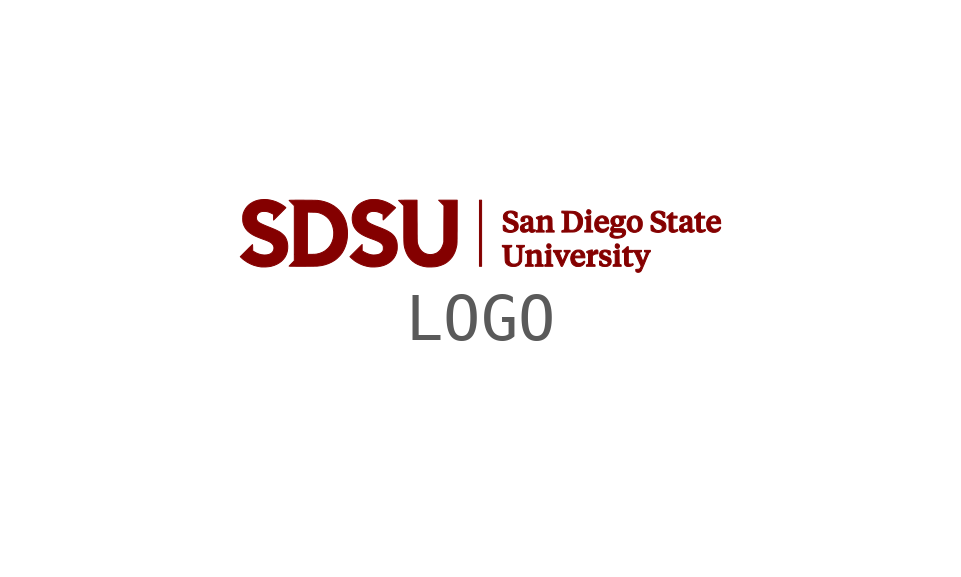
<source format=kicad_sym>
(kicad_symbol_lib
  (version 20220914)
  (generator bitmap2component)
  (symbol "LOGO"
    (pin_names
      (offset 1.016))
    (property "Reference" "#G"
      (at 0 0.125 0)
      (effects (font (size 1.27 1.27)) hide))
    (symbol "LOGO_0_0"
      (polyline (pts (xy 3.303 -0.756) (xy 3.324 -0.748) (xy 3.34 -0.734) (xy 3.341 -0.734) (xy 3.345 -0.728) (xy 3.349 -0.721) (xy 3.355 -0.71) (xy 3.361 -0.697) (xy 3.369 -0.68) (xy 3.378 -0.659) (xy 3.389 -0.633) (xy 3.403 -0.601) (xy 3.419 -0.563) (xy 3.437 -0.518) (xy 3.447 -0.494) (xy 3.461 -0.461) (xy 3.473 -0.431) (xy 3.485 -0.404) (xy 3.495 -0.381) (xy 3.503 -0.363) (xy 3.509 -0.351) (xy 3.512 -0.345) (xy 3.519 -0.339) (xy 3.529 -0.334) (xy 3.535 -0.332) (xy 3.538 -0.327) (xy 3.539 -0.316) (xy 3.539 -0.3) (xy 3.477 -0.3) (xy 3.415 -0.3) (xy 3.415 -0.316) (xy 3.415 -0.324) (xy 3.417 -0.33) (xy 3.422 -0.332) (xy 3.431 -0.333) (xy 3.442 -0.336) (xy 3.444 -0.337) (xy 3.453 -0.342) (xy 3.455 -0.35) (xy 3.454 -0.355) (xy 3.45 -0.366) (xy 3.445 -0.383) (xy 3.438 -0.403) (xy 3.429 -0.425) (xy 3.421 -0.448) (xy 3.412 -0.47) (xy 3.404 -0.491) (xy 3.397 -0.509) (xy 3.391 -0.523) (xy 3.388 -0.53) (xy 3.387 -0.531) (xy 3.384 -0.527) (xy 3.378 -0.518) (xy 3.37 -0.501) (xy 3.36 -0.478) (xy 3.348 -0.447) (xy 3.341 -0.429) (xy 3.331 -0.406) (xy 3.323 -0.385) (xy 3.317 -0.368) (xy 3.312 -0.356) (xy 3.311 -0.351) (xy 3.313 -0.345) (xy 3.321 -0.338) (xy 3.337 -0.333) (xy 3.339 -0.332) (xy 3.349 -0.33) (xy 3.353 -0.325) (xy 3.354 -0.315) (xy 3.355 -0.3) (xy 3.271 -0.3) (xy 3.187 -0.3) (xy 3.187 -0.315) (xy 3.187 -0.316) (xy 3.188 -0.326) (xy 3.192 -0.331) (xy 3.202 -0.336) (xy 3.205 -0.338) (xy 3.209 -0.34) (xy 3.212 -0.343) (xy 3.216 -0.347) (xy 3.22 -0.355) (xy 3.226 -0.365) (xy 3.233 -0.379) (xy 3.242 -0.398) (xy 3.252 -0.421) (xy 3.266 -0.451) (xy 3.282 -0.488) (xy 3.347 -0.632) (xy 3.336 -0.655) (xy 3.328 -0.67) (xy 3.318 -0.681) (xy 3.307 -0.689) (xy 3.291 -0.693) (xy 3.269 -0.695) (xy 3.235 -0.697) (xy 3.235 -0.714) (xy 3.236 -0.727) (xy 3.238 -0.738) (xy 3.245 -0.746) (xy 3.257 -0.752) (xy 3.26 -0.754) (xy 3.281 -0.758) (xy 3.303 -0.756)) (stroke (width 0.01) (type default)) (fill (type outline)))
      (polyline (pts (xy -4.494 -0.646) (xy -4.461 -0.645) (xy -4.429 -0.642) (xy -4.4 -0.639) (xy -4.377 -0.636) (xy -4.355 -0.631) (xy -4.294 -0.613) (xy -4.238 -0.589) (xy -4.188 -0.56) (xy -4.143 -0.527) (xy -4.105 -0.488) (xy -4.072 -0.446) (xy -4.047 -0.399) (xy -4.031 -0.358) (xy -4.019 -0.31) (xy -4.013 -0.26) (xy -4.012 -0.21) (xy -4.016 -0.161) (xy -4.026 -0.113) (xy -4.041 -0.069) (xy -4.061 -0.03) (xy -4.065 -0.023) (xy -4.085 0.003) (xy -4.111 0.029) (xy -4.139 0.054) (xy -4.169 0.076) (xy -4.181 0.084) (xy -4.201 0.095) (xy -4.224 0.107) (xy -4.25 0.12) (xy -4.28 0.134) (xy -4.316 0.149) (xy -4.357 0.166) (xy -4.405 0.185) (xy -4.439 0.199) (xy -4.483 0.217) (xy -4.519 0.233) (xy -4.55 0.247) (xy -4.576 0.26) (xy -4.597 0.271) (xy -4.614 0.283) (xy -4.628 0.294) (xy -4.639 0.305) (xy -4.647 0.316) (xy -4.652 0.323) (xy -4.662 0.349) (xy -4.666 0.377) (xy -4.663 0.404) (xy -4.654 0.431) (xy -4.639 0.456) (xy -4.619 0.477) (xy -4.593 0.493) (xy -4.59 0.495) (xy -4.567 0.504) (xy -4.544 0.509) (xy -4.518 0.511) (xy -4.487 0.511) (xy -4.461 0.509) (xy -4.434 0.504) (xy -4.408 0.497) (xy -4.38 0.486) (xy -4.348 0.471) (xy -4.307 0.451) (xy -4.307 0.391) (xy -4.307 0.33) (xy -4.179 0.458) (xy -4.157 0.479) (xy -4.133 0.504) (xy -4.11 0.527) (xy -4.09 0.547) (xy -4.074 0.564) (xy -4.061 0.577) (xy -4.053 0.585) (xy -4.051 0.588) (xy -4.054 0.592) (xy -4.062 0.599) (xy -4.074 0.609) (xy -4.089 0.62) (xy -4.106 0.631) (xy -4.122 0.642) (xy -4.137 0.652) (xy -4.186 0.679) (xy -4.249 0.709) (xy -4.313 0.731) (xy -4.378 0.747) (xy -4.442 0.757) (xy -4.505 0.759) (xy -4.567 0.755) (xy -4.627 0.745) (xy -4.684 0.728) (xy -4.738 0.704) (xy -4.788 0.673) (xy -4.815 0.653) (xy -4.855 0.615) (xy -4.888 0.572) (xy -4.916 0.524) (xy -4.937 0.472) (xy -4.938 0.466) (xy -4.942 0.452) (xy -4.945 0.438) (xy -4.947 0.422) (xy -4.949 0.403) (xy -4.949 0.378) (xy -4.95 0.365) (xy -4.949 0.325) (xy -4.946 0.291) (xy -4.939 0.26) (xy -4.929 0.229) (xy -4.915 0.198) (xy -4.898 0.167) (xy -4.874 0.133) (xy -4.845 0.101) (xy -4.81 0.071) (xy -4.769 0.042) (xy -4.758 0.035) (xy -4.735 0.021) (xy -4.71 0.008) (xy -4.682 -0.006) (xy -4.651 -0.019) (xy -4.615 -0.034) (xy -4.574 -0.05) (xy -4.526 -0.068) (xy -4.495 -0.079) (xy -4.462 -0.091) (xy -4.435 -0.102) (xy -4.413 -0.112) (xy -4.394 -0.121) (xy -4.378 -0.13) (xy -4.363 -0.14) (xy -4.352 -0.148) (xy -4.328 -0.172) (xy -4.311 -0.198) (xy -4.301 -0.227) (xy -4.299 -0.258) (xy -4.304 -0.29) (xy -4.31 -0.305) (xy -4.326 -0.333) (xy -4.348 -0.356) (xy -4.375 -0.374) (xy -4.409 -0.387) (xy -4.449 -0.395) (xy -4.495 -0.397) (xy -4.507 -0.397) (xy -4.56 -0.391) (xy -4.613 -0.377) (xy -4.665 -0.356) (xy -4.718 -0.327) (xy -4.742 -0.311) (xy -4.742 -0.246) (xy -4.743 -0.23) (xy -4.743 -0.21) (xy -4.744 -0.194) (xy -4.745 -0.184) (xy -4.746 -0.18) (xy -4.747 -0.181) (xy -4.755 -0.188) (xy -4.766 -0.199) (xy -4.782 -0.215) (xy -4.802 -0.234) (xy -4.824 -0.255) (xy -4.848 -0.28) (xy -4.874 -0.306) (xy -5 -0.432) (xy -4.99 -0.442) (xy -4.986 -0.446) (xy -4.976 -0.455) (xy -4.963 -0.467) (xy -4.949 -0.48) (xy -4.919 -0.503) (xy -4.857 -0.546) (xy -4.791 -0.581) (xy -4.722 -0.61) (xy -4.65 -0.63) (xy -4.576 -0.644) (xy -4.555 -0.646) (xy -4.526 -0.646) (xy -4.494 -0.646)) (stroke (width 0.01) (type default)) (fill (type outline)))
      (polyline (pts (xy -2.203 -0.646) (xy -2.203 -0.646) (xy -2.136 -0.641) (xy -2.074 -0.63) (xy -2.015 -0.614) (xy -1.961 -0.592) (xy -1.912 -0.564) (xy -1.868 -0.532) (xy -1.829 -0.494) (xy -1.797 -0.453) (xy -1.77 -0.406) (xy -1.75 -0.356) (xy -1.737 -0.302) (xy -1.736 -0.298) (xy -1.733 -0.27) (xy -1.732 -0.238) (xy -1.732 -0.203) (xy -1.734 -0.17) (xy -1.738 -0.14) (xy -1.743 -0.115) (xy -1.758 -0.071) (xy -1.78 -0.029) (xy -1.808 0.009) (xy -1.841 0.041) (xy -1.849 0.048) (xy -1.868 0.062) (xy -1.887 0.075) (xy -1.908 0.088) (xy -1.931 0.101) (xy -1.957 0.115) (xy -1.987 0.129) (xy -2.022 0.144) (xy -2.062 0.161) (xy -2.108 0.179) (xy -2.161 0.2) (xy -2.193 0.212) (xy -2.238 0.232) (xy -2.276 0.249) (xy -2.308 0.267) (xy -2.333 0.284) (xy -2.353 0.301) (xy -2.367 0.318) (xy -2.377 0.336) (xy -2.382 0.355) (xy -2.384 0.376) (xy -2.383 0.392) (xy -2.376 0.423) (xy -2.363 0.45) (xy -2.342 0.473) (xy -2.315 0.491) (xy -2.283 0.504) (xy -2.275 0.506) (xy -2.262 0.51) (xy -2.248 0.511) (xy -2.232 0.511) (xy -2.21 0.511) (xy -2.203 0.51) (xy -2.168 0.507) (xy -2.135 0.499) (xy -2.1 0.487) (xy -2.062 0.469) (xy -2.027 0.452) (xy -2.027 0.392) (xy -2.027 0.381) (xy -2.027 0.362) (xy -2.026 0.346) (xy -2.025 0.336) (xy -2.024 0.332) (xy -2.022 0.334) (xy -2.015 0.341) (xy -2.003 0.352) (xy -1.986 0.368) (xy -1.967 0.387) (xy -1.945 0.409) (xy -1.92 0.433) (xy -1.894 0.46) (xy -1.766 0.587) (xy -1.776 0.596) (xy -1.777 0.597) (xy -1.786 0.603) (xy -1.799 0.613) (xy -1.815 0.624) (xy -1.833 0.636) (xy -1.89 0.671) (xy -1.957 0.704) (xy -2.027 0.73) (xy -2.1 0.748) (xy -2.105 0.749) (xy -2.124 0.753) (xy -2.143 0.755) (xy -2.163 0.756) (xy -2.188 0.757) (xy -2.217 0.757) (xy -2.227 0.757) (xy -2.255 0.757) (xy -2.28 0.756) (xy -2.3 0.754) (xy -2.315 0.752) (xy -2.322 0.751) (xy -2.383 0.734) (xy -2.439 0.712) (xy -2.49 0.685) (xy -2.535 0.652) (xy -2.575 0.614) (xy -2.608 0.571) (xy -2.635 0.524) (xy -2.65 0.487) (xy -2.664 0.436) (xy -2.67 0.383) (xy -2.669 0.329) (xy -2.661 0.276) (xy -2.646 0.224) (xy -2.639 0.208) (xy -2.617 0.167) (xy -2.587 0.127) (xy -2.551 0.09) (xy -2.507 0.055) (xy -2.456 0.023) (xy -2.397 -0.007) (xy -2.331 -0.035) (xy -2.328 -0.036) (xy -2.308 -0.044) (xy -2.282 -0.054) (xy -2.256 -0.063) (xy -2.231 -0.072) (xy -2.197 -0.085) (xy -2.153 -0.103) (xy -2.117 -0.12) (xy -2.087 -0.138) (xy -2.063 -0.156) (xy -2.045 -0.174) (xy -2.032 -0.194) (xy -2.029 -0.201) (xy -2.025 -0.21) (xy -2.023 -0.221) (xy -2.022 -0.235) (xy -2.021 -0.254) (xy -2.022 -0.268) (xy -2.022 -0.283) (xy -2.024 -0.294) (xy -2.027 -0.304) (xy -2.032 -0.314) (xy -2.043 -0.332) (xy -2.066 -0.355) (xy -2.094 -0.374) (xy -2.129 -0.387) (xy -2.169 -0.394) (xy -2.215 -0.397) (xy -2.231 -0.397) (xy -2.255 -0.395) (xy -2.277 -0.392) (xy -2.3 -0.386) (xy -2.309 -0.384) (xy -2.342 -0.373) (xy -2.377 -0.358) (xy -2.411 -0.342) (xy -2.44 -0.325) (xy -2.463 -0.31) (xy -2.463 -0.244) (xy -2.463 -0.178) (xy -2.59 -0.305) (xy -2.717 -0.432) (xy -2.685 -0.463) (xy -2.676 -0.471) (xy -2.623 -0.515) (xy -2.564 -0.553) (xy -2.501 -0.585) (xy -2.435 -0.612) (xy -2.366 -0.631) (xy -2.295 -0.644) (xy -2.291 -0.644) (xy -2.274 -0.645) (xy -2.252 -0.646) (xy -2.228 -0.646) (xy -2.203 -0.646)) (stroke (width 0.01) (type default)) (fill (type outline)))
      (polyline (pts (xy -1.034 -0.646) (xy -1.002 -0.645) (xy -0.971 -0.643) (xy -0.943 -0.641) (xy -0.922 -0.638) (xy -0.888 -0.631) (xy -0.828 -0.614) (xy -0.773 -0.592) (xy -0.756 -0.584) (xy -0.726 -0.567) (xy -0.699 -0.549) (xy -0.673 -0.528) (xy -0.644 -0.502) (xy -0.623 -0.48) (xy -0.587 -0.436) (xy -0.557 -0.387) (xy -0.531 -0.333) (xy -0.511 -0.273) (xy -0.495 -0.207) (xy -0.495 -0.205) (xy -0.493 -0.198) (xy -0.492 -0.191) (xy -0.491 -0.184) (xy -0.49 -0.176) (xy -0.489 -0.167) (xy -0.489 -0.155) (xy -0.488 -0.142) (xy -0.487 -0.126) (xy -0.487 -0.107) (xy -0.487 -0.084) (xy -0.486 -0.057) (xy -0.486 -0.025) (xy -0.486 0.012) (xy -0.486 0.055) (xy -0.485 0.104) (xy -0.485 0.159) (xy -0.485 0.221) (xy -0.485 0.291) (xy -0.484 0.744) (xy -0.677 0.744) (xy -0.87 0.744) (xy -0.815 0.689) (xy -0.759 0.633) (xy -0.761 0.254) (xy -0.762 -0.126) (xy -0.771 -0.16) (xy -0.774 -0.17) (xy -0.782 -0.192) (xy -0.791 -0.214) (xy -0.8 -0.235) (xy -0.805 -0.244) (xy -0.815 -0.263) (xy -0.825 -0.278) (xy -0.837 -0.293) (xy -0.853 -0.31) (xy -0.858 -0.315) (xy -0.878 -0.333) (xy -0.896 -0.347) (xy -0.915 -0.358) (xy -0.94 -0.369) (xy -0.983 -0.382) (xy -1.027 -0.388) (xy -1.07 -0.387) (xy -1.112 -0.379) (xy -1.152 -0.365) (xy -1.189 -0.345) (xy -1.222 -0.318) (xy -1.224 -0.316) (xy -1.251 -0.284) (xy -1.274 -0.248) (xy -1.293 -0.206) (xy -1.309 -0.158) (xy -1.31 -0.153) (xy -1.311 -0.148) (xy -1.312 -0.143) (xy -1.313 -0.137) (xy -1.314 -0.129) (xy -1.315 -0.119) (xy -1.315 -0.108) (xy -1.316 -0.093) (xy -1.316 -0.075) (xy -1.317 -0.054) (xy -1.317 -0.028) (xy -1.317 0.002) (xy -1.318 0.038) (xy -1.318 0.079) (xy -1.318 0.126) (xy -1.318 0.18) (xy -1.318 0.241) (xy -1.319 0.309) (xy -1.32 0.744) (xy -1.512 0.744) (xy -1.514 0.744) (xy -1.552 0.744) (xy -1.587 0.744) (xy -1.62 0.743) (xy -1.648 0.743) (xy -1.671 0.742) (xy -1.688 0.742) (xy -1.7 0.741) (xy -1.704 0.741) (xy -1.704 0.741) (xy -1.7 0.737) (xy -1.693 0.728) (xy -1.681 0.716) (xy -1.666 0.701) (xy -1.649 0.684) (xy -1.595 0.63) (xy -1.595 0.246) (xy -1.595 0.228) (xy -1.595 0.163) (xy -1.595 0.105) (xy -1.595 0.054) (xy -1.595 0.009) (xy -1.595 -0.03) (xy -1.594 -0.064) (xy -1.594 -0.094) (xy -1.593 -0.119) (xy -1.592 -0.141) (xy -1.591 -0.16) (xy -1.59 -0.176) (xy -1.588 -0.19) (xy -1.586 -0.203) (xy -1.584 -0.216) (xy -1.581 -0.228) (xy -1.579 -0.24) (xy -1.575 -0.253) (xy -1.563 -0.293) (xy -1.545 -0.342) (xy -1.523 -0.388) (xy -1.499 -0.429) (xy -1.495 -0.435) (xy -1.456 -0.483) (xy -1.413 -0.525) (xy -1.364 -0.561) (xy -1.31 -0.591) (xy -1.251 -0.615) (xy -1.189 -0.633) (xy -1.122 -0.644) (xy -1.118 -0.644) (xy -1.094 -0.646) (xy -1.066 -0.646) (xy -1.034 -0.646)) (stroke (width 0.01) (type default)) (fill (type outline)))
      (polyline (pts (xy 0.723 -0.634) (xy 0.745 -0.63) (xy 0.777 -0.619) (xy 0.806 -0.601) (xy 0.829 -0.579) (xy 0.846 -0.551) (xy 0.858 -0.526) (xy 0.86 -0.387) (xy 0.862 -0.247) (xy 0.871 -0.24) (xy 0.88 -0.234) (xy 0.889 -0.232) (xy 0.897 -0.232) (xy 0.909 -0.229) (xy 0.914 -0.223) (xy 0.916 -0.211) (xy 0.916 -0.196) (xy 0.834 -0.196) (xy 0.752 -0.196) (xy 0.752 -0.212) (xy 0.752 -0.217) (xy 0.753 -0.224) (xy 0.758 -0.228) (xy 0.769 -0.23) (xy 0.788 -0.235) (xy 0.802 -0.243) (xy 0.809 -0.253) (xy 0.809 -0.254) (xy 0.81 -0.262) (xy 0.81 -0.277) (xy 0.811 -0.297) (xy 0.811 -0.322) (xy 0.812 -0.35) (xy 0.812 -0.38) (xy 0.812 -0.392) (xy 0.811 -0.429) (xy 0.811 -0.458) (xy 0.81 -0.482) (xy 0.808 -0.501) (xy 0.806 -0.516) (xy 0.803 -0.528) (xy 0.799 -0.538) (xy 0.793 -0.546) (xy 0.787 -0.554) (xy 0.781 -0.561) (xy 0.762 -0.575) (xy 0.74 -0.583) (xy 0.712 -0.587) (xy 0.692 -0.587) (xy 0.665 -0.584) (xy 0.642 -0.575) (xy 0.624 -0.56) (xy 0.61 -0.54) (xy 0.598 -0.518) (xy 0.597 -0.385) (xy 0.595 -0.252) (xy 0.605 -0.242) (xy 0.606 -0.241) (xy 0.616 -0.235) (xy 0.625 -0.232) (xy 0.634 -0.232) (xy 0.645 -0.229) (xy 0.65 -0.222) (xy 0.652 -0.211) (xy 0.652 -0.196) (xy 0.554 -0.196) (xy 0.456 -0.196) (xy 0.456 -0.211) (xy 0.456 -0.218) (xy 0.46 -0.226) (xy 0.468 -0.231) (xy 0.482 -0.232) (xy 0.491 -0.234) (xy 0.5 -0.24) (xy 0.51 -0.247) (xy 0.512 -0.387) (xy 0.512 -0.404) (xy 0.513 -0.44) (xy 0.514 -0.47) (xy 0.515 -0.494) (xy 0.516 -0.513) (xy 0.518 -0.528) (xy 0.52 -0.541) (xy 0.523 -0.55) (xy 0.527 -0.559) (xy 0.532 -0.568) (xy 0.538 -0.577) (xy 0.551 -0.591) (xy 0.571 -0.606) (xy 0.594 -0.619) (xy 0.619 -0.628) (xy 0.639 -0.632) (xy 0.667 -0.635) (xy 0.696 -0.635) (xy 0.723 -0.634)) (stroke (width 0.01) (type default)) (fill (type outline)))
      (polyline (pts (xy 1.696 -0.635) (xy 1.699 -0.635) (xy 1.702 -0.634) (xy 1.705 -0.631) (xy 1.708 -0.627) (xy 1.712 -0.621) (xy 1.718 -0.611) (xy 1.724 -0.597) (xy 1.733 -0.578) (xy 1.744 -0.554) (xy 1.757 -0.524) (xy 1.773 -0.488) (xy 1.787 -0.456) (xy 1.801 -0.425) (xy 1.812 -0.4) (xy 1.821 -0.381) (xy 1.828 -0.366) (xy 1.833 -0.356) (xy 1.838 -0.348) (xy 1.842 -0.343) (xy 1.845 -0.34) (xy 1.849 -0.338) (xy 1.852 -0.337) (xy 1.854 -0.336) (xy 1.863 -0.332) (xy 1.867 -0.326) (xy 1.867 -0.315) (xy 1.867 -0.3) (xy 1.805 -0.3) (xy 1.743 -0.3) (xy 1.743 -0.316) (xy 1.744 -0.324) (xy 1.746 -0.33) (xy 1.751 -0.332) (xy 1.758 -0.332) (xy 1.77 -0.336) (xy 1.78 -0.342) (xy 1.784 -0.349) (xy 1.783 -0.352) (xy 1.78 -0.362) (xy 1.775 -0.377) (xy 1.768 -0.395) (xy 1.759 -0.415) (xy 1.75 -0.437) (xy 1.741 -0.458) (xy 1.732 -0.478) (xy 1.724 -0.496) (xy 1.718 -0.509) (xy 1.713 -0.518) (xy 1.711 -0.521) (xy 1.71 -0.519) (xy 1.706 -0.512) (xy 1.701 -0.498) (xy 1.693 -0.48) (xy 1.684 -0.458) (xy 1.674 -0.434) (xy 1.667 -0.416) (xy 1.657 -0.39) (xy 1.65 -0.371) (xy 1.645 -0.357) (xy 1.643 -0.348) (xy 1.644 -0.343) (xy 1.645 -0.342) (xy 1.653 -0.337) (xy 1.665 -0.334) (xy 1.673 -0.332) (xy 1.68 -0.33) (xy 1.683 -0.325) (xy 1.683 -0.316) (xy 1.683 -0.3) (xy 1.601 -0.3) (xy 1.52 -0.3) (xy 1.52 -0.316) (xy 1.52 -0.325) (xy 1.523 -0.331) (xy 1.529 -0.334) (xy 1.537 -0.338) (xy 1.546 -0.345) (xy 1.548 -0.348) (xy 1.554 -0.358) (xy 1.563 -0.376) (xy 1.574 -0.4) (xy 1.589 -0.43) (xy 1.606 -0.467) (xy 1.626 -0.509) (xy 1.648 -0.557) (xy 1.672 -0.611) (xy 1.674 -0.616) (xy 1.68 -0.627) (xy 1.685 -0.633) (xy 1.689 -0.635) (xy 1.696 -0.635)) (stroke (width 0.01) (type default)) (fill (type outline)))
      (polyline (pts (xy 2.039 -0.635) (xy 2.058 -0.634) (xy 2.076 -0.632) (xy 2.09 -0.629) (xy 2.102 -0.624) (xy 2.108 -0.621) (xy 2.125 -0.61) (xy 2.142 -0.595) (xy 2.156 -0.578) (xy 2.165 -0.563) (xy 2.167 -0.558) (xy 2.172 -0.545) (xy 2.173 -0.537) (xy 2.171 -0.532) (xy 2.167 -0.528) (xy 2.163 -0.526) (xy 2.158 -0.526) (xy 2.151 -0.53) (xy 2.142 -0.539) (xy 2.141 -0.54) (xy 2.118 -0.558) (xy 2.091 -0.569) (xy 2.063 -0.573) (xy 2.046 -0.572) (xy 2.019 -0.565) (xy 1.997 -0.551) (xy 1.979 -0.53) (xy 1.966 -0.503) (xy 1.958 -0.471) (xy 1.955 -0.456) (xy 2.066 -0.456) (xy 2.176 -0.456) (xy 2.174 -0.423) (xy 2.17 -0.399) (xy 2.162 -0.367) (xy 2.148 -0.342) (xy 2.129 -0.321) (xy 2.104 -0.305) (xy 2.096 -0.301) (xy 2.086 -0.297) (xy 2.075 -0.295) (xy 2.061 -0.294) (xy 2.041 -0.294) (xy 2.029 -0.294) (xy 2.013 -0.295) (xy 2.001 -0.297) (xy 1.989 -0.3) (xy 1.976 -0.305) (xy 1.954 -0.319) (xy 1.931 -0.339) (xy 1.911 -0.362) (xy 1.897 -0.386) (xy 1.894 -0.395) (xy 1.887 -0.42) (xy 1.958 -0.42) (xy 1.961 -0.405) (xy 1.966 -0.389) (xy 1.974 -0.371) (xy 1.984 -0.355) (xy 1.994 -0.344) (xy 1.994 -0.344) (xy 2.006 -0.337) (xy 2.019 -0.332) (xy 2.037 -0.33) (xy 2.055 -0.335) (xy 2.071 -0.346) (xy 2.084 -0.363) (xy 2.092 -0.383) (xy 2.095 -0.407) (xy 2.095 -0.42) (xy 2.027 -0.42) (xy 1.958 -0.42) (xy 1.887 -0.42) (xy 1.884 -0.429) (xy 1.88 -0.466) (xy 1.883 -0.502) (xy 1.891 -0.537) (xy 1.903 -0.567) (xy 1.921 -0.591) (xy 1.945 -0.611) (xy 1.974 -0.626) (xy 1.983 -0.63) (xy 1.994 -0.633) (xy 2.005 -0.635) (xy 2.019 -0.635) (xy 2.039 -0.635)) (stroke (width 0.01) (type default)) (fill (type outline)))
      (polyline (pts (xy 2.617 -0.635) (xy 2.639 -0.632) (xy 2.657 -0.628) (xy 2.672 -0.62) (xy 2.694 -0.604) (xy 2.71 -0.583) (xy 2.72 -0.558) (xy 2.723 -0.53) (xy 2.719 -0.502) (xy 2.715 -0.49) (xy 2.706 -0.475) (xy 2.694 -0.463) (xy 2.677 -0.451) (xy 2.654 -0.441) (xy 2.624 -0.43) (xy 2.613 -0.426) (xy 2.589 -0.417) (xy 2.571 -0.409) (xy 2.559 -0.401) (xy 2.552 -0.393) (xy 2.548 -0.383) (xy 2.547 -0.371) (xy 2.549 -0.355) (xy 2.555 -0.343) (xy 2.567 -0.334) (xy 2.585 -0.329) (xy 2.606 -0.33) (xy 2.627 -0.337) (xy 2.632 -0.34) (xy 2.642 -0.346) (xy 2.649 -0.356) (xy 2.657 -0.371) (xy 2.661 -0.379) (xy 2.666 -0.388) (xy 2.671 -0.394) (xy 2.677 -0.396) (xy 2.686 -0.396) (xy 2.703 -0.396) (xy 2.703 -0.356) (xy 2.703 -0.317) (xy 2.682 -0.308) (xy 2.679 -0.307) (xy 2.647 -0.298) (xy 2.615 -0.293) (xy 2.583 -0.293) (xy 2.554 -0.298) (xy 2.528 -0.307) (xy 2.508 -0.321) (xy 2.507 -0.322) (xy 2.493 -0.34) (xy 2.485 -0.363) (xy 2.481 -0.388) (xy 2.482 -0.412) (xy 2.488 -0.435) (xy 2.5 -0.454) (xy 2.51 -0.463) (xy 2.529 -0.476) (xy 2.554 -0.488) (xy 2.581 -0.498) (xy 2.602 -0.504) (xy 2.626 -0.515) (xy 2.643 -0.526) (xy 2.653 -0.537) (xy 2.653 -0.539) (xy 2.658 -0.552) (xy 2.658 -0.564) (xy 2.653 -0.576) (xy 2.65 -0.58) (xy 2.638 -0.592) (xy 2.621 -0.599) (xy 2.601 -0.601) (xy 2.58 -0.599) (xy 2.56 -0.592) (xy 2.55 -0.586) (xy 2.536 -0.571) (xy 2.524 -0.553) (xy 2.517 -0.535) (xy 2.516 -0.532) (xy 2.514 -0.527) (xy 2.508 -0.524) (xy 2.497 -0.524) (xy 2.479 -0.524) (xy 2.48 -0.565) (xy 2.481 -0.606) (xy 2.499 -0.615) (xy 2.503 -0.617) (xy 2.519 -0.625) (xy 2.535 -0.63) (xy 2.544 -0.632) (xy 2.567 -0.635) (xy 2.591 -0.636) (xy 2.617 -0.635)) (stroke (width 0.01) (type default)) (fill (type outline)))
      (polyline (pts (xy 3.091 -0.635) (xy 3.112 -0.633) (xy 3.136 -0.628) (xy 3.156 -0.62) (xy 3.174 -0.607) (xy 3.18 -0.6) (xy 3.183 -0.592) (xy 3.178 -0.582) (xy 3.177 -0.581) (xy 3.173 -0.578) (xy 3.168 -0.578) (xy 3.158 -0.582) (xy 3.152 -0.584) (xy 3.137 -0.587) (xy 3.121 -0.588) (xy 3.119 -0.588) (xy 3.106 -0.587) (xy 3.096 -0.584) (xy 3.089 -0.578) (xy 3.079 -0.568) (xy 3.079 -0.454) (xy 3.079 -0.34) (xy 3.123 -0.34) (xy 3.167 -0.34) (xy 3.167 -0.32) (xy 3.167 -0.3) (xy 3.123 -0.3) (xy 3.079 -0.3) (xy 3.079 -0.262) (xy 3.079 -0.224) (xy 3.067 -0.224) (xy 3.063 -0.224) (xy 3.057 -0.226) (xy 3.049 -0.232) (xy 3.039 -0.241) (xy 3.025 -0.256) (xy 3.016 -0.264) (xy 3.001 -0.279) (xy 2.986 -0.291) (xy 2.975 -0.3) (xy 2.968 -0.305) (xy 2.959 -0.312) (xy 2.956 -0.318) (xy 2.955 -0.326) (xy 2.955 -0.34) (xy 2.977 -0.34) (xy 2.999 -0.34) (xy 3 -0.465) (xy 3 -0.487) (xy 3 -0.517) (xy 3.001 -0.541) (xy 3.001 -0.56) (xy 3.002 -0.574) (xy 3.003 -0.584) (xy 3.004 -0.591) (xy 3.006 -0.596) (xy 3.008 -0.601) (xy 3.011 -0.605) (xy 3.021 -0.618) (xy 3.037 -0.628) (xy 3.046 -0.632) (xy 3.057 -0.634) (xy 3.071 -0.635) (xy 3.091 -0.635)) (stroke (width 0.01) (type default)) (fill (type outline)))
      (polyline (pts (xy -3.701 -0.632) (xy -3.658 -0.632) (xy -3.616 -0.631) (xy -3.576 -0.631) (xy -3.537 -0.631) (xy -3.501 -0.63) (xy -3.468 -0.63) (xy -3.44 -0.629) (xy -3.416 -0.629) (xy -3.398 -0.628) (xy -3.387 -0.628) (xy -3.385 -0.627) (xy -3.307 -0.617) (xy -3.232 -0.599) (xy -3.162 -0.575) (xy -3.096 -0.544) (xy -3.034 -0.507) (xy -3.018 -0.495) (xy -2.99 -0.473) (xy -2.962 -0.446) (xy -2.934 -0.418) (xy -2.91 -0.391) (xy -2.89 -0.365) (xy -2.87 -0.335) (xy -2.842 -0.284) (xy -2.818 -0.229) (xy -2.798 -0.171) (xy -2.784 -0.114) (xy -2.781 -0.102) (xy -2.771 -0.03) (xy -2.768 0.044) (xy -2.77 0.118) (xy -2.779 0.19) (xy -2.793 0.259) (xy -2.804 0.296) (xy -2.83 0.363) (xy -2.862 0.425) (xy -2.9 0.482) (xy -2.944 0.534) (xy -2.993 0.58) (xy -3.048 0.622) (xy -3.108 0.657) (xy -3.172 0.687) (xy -3.242 0.711) (xy -3.315 0.729) (xy -3.393 0.74) (xy -3.394 0.74) (xy -3.405 0.74) (xy -3.424 0.741) (xy -3.448 0.742) (xy -3.476 0.742) (xy -3.509 0.743) (xy -3.546 0.743) (xy -3.584 0.743) (xy -3.625 0.743) (xy -3.667 0.744) (xy -3.709 0.744) (xy -3.751 0.744) (xy -3.792 0.744) (xy -3.83 0.744) (xy -3.866 0.744) (xy -3.899 0.743) (xy -3.927 0.743) (xy -3.95 0.743) (xy -3.968 0.742) (xy -3.979 0.741) (xy -3.983 0.741) (xy -3.983 0.741) (xy -3.98 0.737) (xy -3.972 0.728) (xy -3.96 0.716) (xy -3.946 0.701) (xy -3.929 0.684) (xy -3.875 0.63) (xy -3.875 0.056) (xy -3.875 -0.384) (xy -3.603 -0.384) (xy -3.603 0.056) (xy -3.603 0.497) (xy -3.504 0.495) (xy -3.482 0.494) (xy -3.455 0.494) (xy -3.433 0.493) (xy -3.417 0.492) (xy -3.403 0.49) (xy -3.391 0.489) (xy -3.379 0.486) (xy -3.366 0.483) (xy -3.347 0.477) (xy -3.293 0.456) (xy -3.244 0.429) (xy -3.2 0.396) (xy -3.161 0.358) (xy -3.128 0.314) (xy -3.1 0.265) (xy -3.079 0.212) (xy -3.064 0.155) (xy -3.055 0.094) (xy -3.054 0.065) (xy -3.056 0.005) (xy -3.065 -0.053) (xy -3.081 -0.108) (xy -3.103 -0.159) (xy -3.131 -0.206) (xy -3.164 -0.248) (xy -3.204 -0.285) (xy -3.248 -0.318) (xy -3.297 -0.344) (xy -3.351 -0.364) (xy -3.409 -0.378) (xy -3.417 -0.379) (xy -3.445 -0.382) (xy -3.481 -0.383) (xy -3.523 -0.384) (xy -3.603 -0.384) (xy -3.875 -0.384) (xy -3.875 -0.518) (xy -3.929 -0.572) (xy -3.93 -0.573) (xy -3.946 -0.59) (xy -3.961 -0.605) (xy -3.973 -0.617) (xy -3.98 -0.625) (xy -3.983 -0.629) (xy -3.983 -0.629) (xy -3.977 -0.629) (xy -3.965 -0.63) (xy -3.946 -0.631) (xy -3.922 -0.631) (xy -3.893 -0.631) (xy -3.86 -0.631) (xy -3.823 -0.632) (xy -3.784 -0.632) (xy -3.743 -0.632) (xy -3.701 -0.632)) (stroke (width 0.01) (type default)) (fill (type outline)))
      (polyline (pts (xy 0.024 0.056) (xy 0.024 0.744) (xy 0.002 0.744) (xy -0.02 0.744) (xy -0.02 0.056) (xy -0.02 -0.632) (xy 0.002 -0.632) (xy 0.024 -0.632) (xy 0.024 0.056)) (stroke (width 0.01) (type default)) (fill (type outline)))
      (polyline (pts (xy 1.1 -0.616) (xy 1.099 -0.61) (xy 1.098 -0.603) (xy 1.093 -0.599) (xy 1.082 -0.596) (xy 1.078 -0.595) (xy 1.066 -0.59) (xy 1.06 -0.584) (xy 1.059 -0.583) (xy 1.058 -0.574) (xy 1.057 -0.558) (xy 1.056 -0.536) (xy 1.056 -0.509) (xy 1.056 -0.476) (xy 1.056 -0.456) (xy 1.056 -0.43) (xy 1.056 -0.41) (xy 1.056 -0.395) (xy 1.057 -0.385) (xy 1.058 -0.379) (xy 1.06 -0.375) (xy 1.062 -0.372) (xy 1.065 -0.37) (xy 1.07 -0.367) (xy 1.089 -0.359) (xy 1.109 -0.354) (xy 1.13 -0.351) (xy 1.149 -0.351) (xy 1.163 -0.355) (xy 1.165 -0.357) (xy 1.171 -0.361) (xy 1.175 -0.366) (xy 1.178 -0.374) (xy 1.181 -0.385) (xy 1.182 -0.4) (xy 1.183 -0.42) (xy 1.183 -0.447) (xy 1.184 -0.48) (xy 1.184 -0.487) (xy 1.183 -0.518) (xy 1.183 -0.543) (xy 1.182 -0.564) (xy 1.181 -0.578) (xy 1.179 -0.584) (xy 1.178 -0.586) (xy 1.17 -0.592) (xy 1.157 -0.596) (xy 1.15 -0.598) (xy 1.143 -0.601) (xy 1.14 -0.607) (xy 1.14 -0.616) (xy 1.14 -0.632) (xy 1.224 -0.632) (xy 1.308 -0.632) (xy 1.308 -0.616) (xy 1.308 -0.61) (xy 1.306 -0.603) (xy 1.301 -0.6) (xy 1.29 -0.596) (xy 1.286 -0.595) (xy 1.275 -0.591) (xy 1.268 -0.587) (xy 1.268 -0.585) (xy 1.266 -0.576) (xy 1.265 -0.559) (xy 1.264 -0.536) (xy 1.264 -0.506) (xy 1.263 -0.47) (xy 1.263 -0.456) (xy 1.262 -0.426) (xy 1.262 -0.402) (xy 1.261 -0.384) (xy 1.26 -0.37) (xy 1.259 -0.36) (xy 1.258 -0.352) (xy 1.256 -0.346) (xy 1.253 -0.34) (xy 1.246 -0.327) (xy 1.23 -0.31) (xy 1.21 -0.298) (xy 1.186 -0.293) (xy 1.16 -0.293) (xy 1.133 -0.3) (xy 1.105 -0.312) (xy 1.077 -0.331) (xy 1.056 -0.348) (xy 1.056 -0.32) (xy 1.056 -0.292) (xy 1.043 -0.292) (xy 1.035 -0.293) (xy 1.021 -0.296) (xy 1.003 -0.301) (xy 0.984 -0.307) (xy 0.976 -0.31) (xy 0.959 -0.316) (xy 0.948 -0.32) (xy 0.941 -0.324) (xy 0.938 -0.328) (xy 0.936 -0.332) (xy 0.936 -0.336) (xy 0.939 -0.341) (xy 0.945 -0.347) (xy 0.958 -0.356) (xy 0.98 -0.369) (xy 0.979 -0.474) (xy 0.979 -0.487) (xy 0.978 -0.518) (xy 0.978 -0.542) (xy 0.977 -0.559) (xy 0.975 -0.573) (xy 0.973 -0.582) (xy 0.969 -0.588) (xy 0.965 -0.591) (xy 0.959 -0.594) (xy 0.951 -0.596) (xy 0.948 -0.597) (xy 0.94 -0.6) (xy 0.936 -0.606) (xy 0.936 -0.616) (xy 0.936 -0.632) (xy 1.018 -0.632) (xy 1.1 -0.632) (xy 1.1 -0.616)) (stroke (width 0.01) (type default)) (fill (type outline)))
      (polyline (pts (xy 1.508 -0.616) (xy 1.507 -0.61) (xy 1.506 -0.603) (xy 1.501 -0.599) (xy 1.49 -0.596) (xy 1.485 -0.595) (xy 1.474 -0.59) (xy 1.468 -0.584) (xy 1.468 -0.584) (xy 1.466 -0.576) (xy 1.465 -0.561) (xy 1.465 -0.539) (xy 1.464 -0.511) (xy 1.464 -0.475) (xy 1.464 -0.434) (xy 1.464 -0.292) (xy 1.452 -0.292) (xy 1.452 -0.292) (xy 1.444 -0.293) (xy 1.431 -0.296) (xy 1.413 -0.301) (xy 1.393 -0.307) (xy 1.383 -0.31) (xy 1.366 -0.316) (xy 1.355 -0.32) (xy 1.349 -0.324) (xy 1.346 -0.328) (xy 1.344 -0.332) (xy 1.344 -0.334) (xy 1.346 -0.34) (xy 1.352 -0.346) (xy 1.363 -0.354) (xy 1.383 -0.366) (xy 1.383 -0.471) (xy 1.383 -0.485) (xy 1.383 -0.517) (xy 1.383 -0.543) (xy 1.382 -0.564) (xy 1.381 -0.578) (xy 1.379 -0.584) (xy 1.378 -0.586) (xy 1.37 -0.592) (xy 1.357 -0.596) (xy 1.35 -0.598) (xy 1.343 -0.601) (xy 1.34 -0.607) (xy 1.34 -0.616) (xy 1.34 -0.632) (xy 1.423 -0.632) (xy 1.508 -0.632) (xy 1.508 -0.616)) (stroke (width 0.01) (type default)) (fill (type outline)))
      (polyline (pts (xy 2.387 -0.616) (xy 2.387 -0.615) (xy 2.386 -0.605) (xy 2.383 -0.601) (xy 2.375 -0.598) (xy 2.365 -0.596) (xy 2.351 -0.594) (xy 2.342 -0.59) (xy 2.335 -0.584) (xy 2.335 -0.584) (xy 2.334 -0.577) (xy 2.333 -0.563) (xy 2.332 -0.544) (xy 2.331 -0.521) (xy 2.331 -0.494) (xy 2.331 -0.413) (xy 2.344 -0.402) (xy 2.365 -0.387) (xy 2.389 -0.378) (xy 2.418 -0.373) (xy 2.447 -0.371) (xy 2.447 -0.336) (xy 2.447 -0.333) (xy 2.447 -0.315) (xy 2.444 -0.303) (xy 2.44 -0.296) (xy 2.432 -0.293) (xy 2.419 -0.292) (xy 2.411 -0.292) (xy 2.393 -0.297) (xy 2.377 -0.309) (xy 2.361 -0.327) (xy 2.346 -0.352) (xy 2.331 -0.378) (xy 2.331 -0.335) (xy 2.331 -0.292) (xy 2.318 -0.292) (xy 2.31 -0.293) (xy 2.296 -0.296) (xy 2.278 -0.301) (xy 2.259 -0.307) (xy 2.251 -0.31) (xy 2.234 -0.316) (xy 2.223 -0.321) (xy 2.216 -0.324) (xy 2.213 -0.328) (xy 2.212 -0.333) (xy 2.212 -0.335) (xy 2.213 -0.342) (xy 2.219 -0.348) (xy 2.231 -0.355) (xy 2.251 -0.368) (xy 2.251 -0.473) (xy 2.251 -0.498) (xy 2.251 -0.525) (xy 2.251 -0.545) (xy 2.251 -0.559) (xy 2.25 -0.569) (xy 2.249 -0.576) (xy 2.247 -0.581) (xy 2.245 -0.584) (xy 2.242 -0.587) (xy 2.232 -0.593) (xy 2.22 -0.598) (xy 2.219 -0.598) (xy 2.211 -0.601) (xy 2.208 -0.606) (xy 2.207 -0.616) (xy 2.207 -0.632) (xy 2.297 -0.632) (xy 2.387 -0.632) (xy 2.387 -0.616)) (stroke (width 0.01) (type default)) (fill (type outline)))
      (polyline (pts (xy 2.931 -0.616) (xy 2.931 -0.61) (xy 2.929 -0.603) (xy 2.924 -0.599) (xy 2.913 -0.596) (xy 2.909 -0.595) (xy 2.898 -0.59) (xy 2.891 -0.584) (xy 2.891 -0.584) (xy 2.89 -0.576) (xy 2.889 -0.561) (xy 2.888 -0.539) (xy 2.888 -0.511) (xy 2.887 -0.475) (xy 2.887 -0.434) (xy 2.887 -0.292) (xy 2.876 -0.292) (xy 2.876 -0.292) (xy 2.868 -0.293) (xy 2.854 -0.297) (xy 2.837 -0.301) (xy 2.817 -0.307) (xy 2.808 -0.31) (xy 2.79 -0.316) (xy 2.779 -0.321) (xy 2.772 -0.324) (xy 2.769 -0.328) (xy 2.768 -0.332) (xy 2.768 -0.334) (xy 2.769 -0.34) (xy 2.775 -0.346) (xy 2.787 -0.354) (xy 2.807 -0.365) (xy 2.807 -0.475) (xy 2.807 -0.475) (xy 2.807 -0.507) (xy 2.807 -0.533) (xy 2.807 -0.552) (xy 2.806 -0.565) (xy 2.805 -0.575) (xy 2.804 -0.581) (xy 2.803 -0.585) (xy 2.801 -0.588) (xy 2.798 -0.589) (xy 2.788 -0.594) (xy 2.776 -0.598) (xy 2.775 -0.598) (xy 2.767 -0.601) (xy 2.764 -0.606) (xy 2.763 -0.616) (xy 2.763 -0.632) (xy 2.847 -0.632) (xy 2.931 -0.632) (xy 2.931 -0.616)) (stroke (width 0.01) (type default)) (fill (type outline)))
      (polyline (pts (xy 1.447 -0.254) (xy 1.451 -0.252) (xy 1.461 -0.24) (xy 1.469 -0.226) (xy 1.472 -0.212) (xy 1.471 -0.207) (xy 1.466 -0.192) (xy 1.458 -0.179) (xy 1.447 -0.17) (xy 1.441 -0.167) (xy 1.425 -0.164) (xy 1.409 -0.165) (xy 1.397 -0.17) (xy 1.395 -0.172) (xy 1.388 -0.181) (xy 1.383 -0.192) (xy 1.381 -0.207) (xy 1.383 -0.226) (xy 1.391 -0.243) (xy 1.405 -0.255) (xy 1.412 -0.258) (xy 1.43 -0.259) (xy 1.447 -0.254)) (stroke (width 0.01) (type default)) (fill (type outline)))
      (polyline (pts (xy 2.875 -0.253) (xy 2.887 -0.239) (xy 2.893 -0.225) (xy 2.895 -0.206) (xy 2.89 -0.19) (xy 2.879 -0.176) (xy 2.864 -0.167) (xy 2.844 -0.164) (xy 2.844 -0.164) (xy 2.827 -0.167) (xy 2.816 -0.176) (xy 2.809 -0.191) (xy 2.807 -0.212) (xy 2.807 -0.216) (xy 2.808 -0.228) (xy 2.812 -0.237) (xy 2.821 -0.246) (xy 2.827 -0.252) (xy 2.843 -0.259) (xy 2.86 -0.259) (xy 2.875 -0.253)) (stroke (width 0.01) (type default)) (fill (type outline)))
      (polyline (pts (xy 2.89 -0.043) (xy 2.926 -0.035) (xy 2.957 -0.024) (xy 2.983 -0.008) (xy 3.004 0.012) (xy 3.017 0.034) (xy 3.019 0.039) (xy 3.022 0.055) (xy 3.023 0.074) (xy 3.022 0.092) (xy 3.019 0.107) (xy 3.018 0.107) (xy 3.012 0.118) (xy 3.004 0.129) (xy 3 0.133) (xy 2.992 0.139) (xy 2.982 0.143) (xy 2.969 0.147) (xy 2.952 0.149) (xy 2.93 0.151) (xy 2.902 0.152) (xy 2.867 0.152) (xy 2.843 0.152) (xy 2.82 0.152) (xy 2.802 0.153) (xy 2.79 0.153) (xy 2.782 0.155) (xy 2.776 0.156) (xy 2.773 0.158) (xy 2.773 0.159) (xy 2.769 0.167) (xy 2.771 0.178) (xy 2.78 0.193) (xy 2.783 0.197) (xy 2.788 0.202) (xy 2.795 0.203) (xy 2.807 0.201) (xy 2.821 0.199) (xy 2.842 0.198) (xy 2.865 0.199) (xy 2.886 0.2) (xy 2.901 0.203) (xy 2.907 0.205) (xy 2.922 0.212) (xy 2.936 0.22) (xy 2.941 0.224) (xy 2.961 0.243) (xy 2.974 0.265) (xy 2.981 0.289) (xy 2.981 0.315) (xy 2.975 0.339) (xy 2.962 0.361) (xy 2.956 0.369) (xy 2.953 0.374) (xy 2.954 0.376) (xy 2.959 0.374) (xy 2.967 0.373) (xy 2.981 0.371) (xy 2.996 0.369) (xy 3.023 0.367) (xy 3.023 0.392) (xy 3.023 0.417) (xy 2.986 0.414) (xy 2.967 0.413) (xy 2.942 0.412) (xy 2.923 0.411) (xy 2.908 0.412) (xy 2.894 0.413) (xy 2.881 0.416) (xy 2.868 0.418) (xy 2.835 0.418) (xy 2.804 0.413) (xy 2.775 0.402) (xy 2.751 0.385) (xy 2.743 0.377) (xy 2.728 0.354) (xy 2.718 0.329) (xy 2.716 0.31) (xy 2.794 0.31) (xy 2.795 0.335) (xy 2.796 0.338) (xy 2.802 0.359) (xy 2.812 0.374) (xy 2.826 0.382) (xy 2.845 0.385) (xy 2.848 0.385) (xy 2.867 0.38) (xy 2.87 0.378) (xy 2.943 0.378) (xy 2.945 0.38) (xy 2.947 0.378) (xy 2.945 0.376) (xy 2.943 0.378) (xy 2.87 0.378) (xy 2.882 0.369) (xy 2.894 0.352) (xy 2.901 0.329) (xy 2.904 0.303) (xy 2.903 0.284) (xy 2.897 0.261) (xy 2.888 0.244) (xy 2.873 0.234) (xy 2.859 0.229) (xy 2.847 0.229) (xy 2.832 0.234) (xy 2.83 0.235) (xy 2.816 0.246) (xy 2.805 0.264) (xy 2.797 0.285) (xy 2.794 0.31) (xy 2.716 0.31) (xy 2.716 0.303) (xy 2.72 0.277) (xy 2.73 0.253) (xy 2.747 0.232) (xy 2.766 0.213) (xy 2.752 0.204) (xy 2.744 0.198) (xy 2.73 0.183) (xy 2.719 0.166) (xy 2.713 0.15) (xy 2.713 0.132) (xy 2.719 0.113) (xy 2.731 0.098) (xy 2.743 0.088) (xy 2.727 0.079) (xy 2.713 0.069) (xy 2.701 0.053) (xy 2.699 0.045) (xy 2.755 0.045) (xy 2.755 0.048) (xy 2.757 0.061) (xy 2.761 0.071) (xy 2.764 0.074) (xy 2.767 0.077) (xy 2.771 0.078) (xy 2.778 0.079) (xy 2.788 0.08) (xy 2.804 0.08) (xy 2.825 0.08) (xy 2.853 0.079) (xy 2.863 0.079) (xy 2.893 0.078) (xy 2.916 0.077) (xy 2.933 0.076) (xy 2.945 0.073) (xy 2.952 0.069) (xy 2.957 0.064) (xy 2.959 0.057) (xy 2.959 0.048) (xy 2.958 0.038) (xy 2.949 0.021) (xy 2.935 0.008) (xy 2.916 -0.002) (xy 2.909 -0.004) (xy 2.89 -0.008) (xy 2.866 -0.01) (xy 2.841 -0.011) (xy 2.819 -0.009) (xy 2.801 -0.006) (xy 2.786 -0.001) (xy 2.77 0.012) (xy 2.759 0.027) (xy 2.755 0.045) (xy 2.699 0.045) (xy 2.695 0.034) (xy 2.696 0.014) (xy 2.704 -0.004) (xy 2.705 -0.005) (xy 2.718 -0.018) (xy 2.736 -0.029) (xy 2.759 -0.038) (xy 2.783 -0.043) (xy 2.809 -0.046) (xy 2.851 -0.047) (xy 2.89 -0.043)) (stroke (width 0.01) (type default)) (fill (type outline)))
      (polyline (pts (xy 0.632 0.073) (xy 0.644 0.074) (xy 0.659 0.076) (xy 0.684 0.081) (xy 0.714 0.092) (xy 0.741 0.107) (xy 0.762 0.125) (xy 0.777 0.146) (xy 0.778 0.147) (xy 0.784 0.168) (xy 0.787 0.192) (xy 0.786 0.218) (xy 0.782 0.241) (xy 0.779 0.25) (xy 0.77 0.268) (xy 0.757 0.283) (xy 0.74 0.298) (xy 0.717 0.312) (xy 0.687 0.326) (xy 0.65 0.341) (xy 0.646 0.342) (xy 0.626 0.35) (xy 0.608 0.358) (xy 0.593 0.364) (xy 0.585 0.369) (xy 0.57 0.381) (xy 0.559 0.399) (xy 0.556 0.421) (xy 0.556 0.422) (xy 0.559 0.443) (xy 0.569 0.461) (xy 0.584 0.473) (xy 0.604 0.481) (xy 0.627 0.483) (xy 0.653 0.478) (xy 0.669 0.471) (xy 0.69 0.456) (xy 0.707 0.434) (xy 0.72 0.408) (xy 0.729 0.384) (xy 0.746 0.384) (xy 0.764 0.384) (xy 0.764 0.434) (xy 0.764 0.483) (xy 0.735 0.497) (xy 0.717 0.505) (xy 0.69 0.514) (xy 0.663 0.518) (xy 0.631 0.52) (xy 0.619 0.519) (xy 0.583 0.515) (xy 0.55 0.505) (xy 0.523 0.489) (xy 0.502 0.469) (xy 0.487 0.444) (xy 0.485 0.44) (xy 0.48 0.42) (xy 0.478 0.397) (xy 0.479 0.374) (xy 0.484 0.354) (xy 0.485 0.35) (xy 0.497 0.33) (xy 0.515 0.312) (xy 0.54 0.294) (xy 0.572 0.277) (xy 0.612 0.261) (xy 0.622 0.257) (xy 0.65 0.245) (xy 0.672 0.235) (xy 0.688 0.225) (xy 0.699 0.215) (xy 0.706 0.204) (xy 0.71 0.192) (xy 0.711 0.185) (xy 0.71 0.165) (xy 0.702 0.146) (xy 0.689 0.131) (xy 0.67 0.12) (xy 0.647 0.114) (xy 0.62 0.113) (xy 0.602 0.115) (xy 0.576 0.125) (xy 0.553 0.142) (xy 0.534 0.166) (xy 0.519 0.196) (xy 0.51 0.22) (xy 0.491 0.22) (xy 0.473 0.22) (xy 0.475 0.175) (xy 0.475 0.159) (xy 0.476 0.142) (xy 0.477 0.129) (xy 0.478 0.121) (xy 0.478 0.121) (xy 0.484 0.112) (xy 0.496 0.103) (xy 0.514 0.095) (xy 0.535 0.087) (xy 0.56 0.081) (xy 0.585 0.076) (xy 0.593 0.075) (xy 0.609 0.074) (xy 0.621 0.073) (xy 0.632 0.073)) (stroke (width 0.01) (type default)) (fill (type outline)))
      (polyline (pts (xy 1.098 0.077) (xy 1.115 0.084) (xy 1.13 0.094) (xy 1.14 0.105) (xy 1.144 0.117) (xy 1.143 0.122) (xy 1.142 0.127) (xy 1.137 0.128) (xy 1.126 0.127) (xy 1.118 0.126) (xy 1.107 0.127) (xy 1.099 0.132) (xy 1.097 0.133) (xy 1.095 0.136) (xy 1.093 0.139) (xy 1.091 0.145) (xy 1.091 0.153) (xy 1.09 0.166) (xy 1.09 0.183) (xy 1.089 0.206) (xy 1.089 0.237) (xy 1.089 0.264) (xy 1.088 0.295) (xy 1.087 0.319) (xy 1.085 0.338) (xy 1.083 0.353) (xy 1.079 0.365) (xy 1.073 0.374) (xy 1.066 0.383) (xy 1.057 0.391) (xy 1.052 0.396) (xy 1.036 0.406) (xy 1.016 0.413) (xy 0.993 0.417) (xy 0.964 0.417) (xy 0.934 0.416) (xy 0.903 0.41) (xy 0.879 0.399) (xy 0.861 0.384) (xy 0.849 0.365) (xy 0.844 0.342) (xy 0.844 0.333) (xy 0.844 0.322) (xy 0.847 0.314) (xy 0.852 0.307) (xy 0.856 0.303) (xy 0.861 0.3) (xy 0.867 0.298) (xy 0.876 0.299) (xy 0.892 0.301) (xy 0.922 0.305) (xy 0.92 0.332) (xy 0.92 0.344) (xy 0.92 0.355) (xy 0.923 0.362) (xy 0.928 0.369) (xy 0.937 0.377) (xy 0.954 0.383) (xy 0.958 0.383) (xy 0.977 0.381) (xy 0.992 0.372) (xy 1.003 0.357) (xy 1.01 0.337) (xy 1.011 0.311) (xy 1.01 0.287) (xy 0.946 0.264) (xy 0.92 0.254) (xy 0.892 0.243) (xy 0.871 0.232) (xy 0.856 0.222) (xy 0.845 0.21) (xy 0.838 0.198) (xy 0.834 0.183) (xy 0.833 0.175) (xy 0.909 0.175) (xy 0.911 0.193) (xy 0.92 0.209) (xy 0.92 0.209) (xy 0.924 0.213) (xy 0.931 0.218) (xy 0.942 0.224) (xy 0.958 0.231) (xy 0.979 0.24) (xy 1.007 0.251) (xy 1.008 0.251) (xy 1.01 0.247) (xy 1.011 0.238) (xy 1.012 0.223) (xy 1.012 0.201) (xy 1.012 0.149) (xy 0.994 0.14) (xy 0.993 0.14) (xy 0.97 0.131) (xy 0.95 0.13) (xy 0.932 0.135) (xy 0.92 0.144) (xy 0.912 0.158) (xy 0.909 0.175) (xy 0.833 0.175) (xy 0.832 0.166) (xy 0.832 0.151) (xy 0.836 0.126) (xy 0.846 0.106) (xy 0.862 0.09) (xy 0.869 0.085) (xy 0.878 0.08) (xy 0.89 0.078) (xy 0.907 0.077) (xy 0.928 0.077) (xy 0.951 0.081) (xy 0.972 0.09) (xy 0.994 0.106) (xy 1.015 0.124) (xy 1.02 0.11) (xy 1.024 0.1) (xy 1.037 0.085) (xy 1.054 0.076) (xy 1.061 0.074) (xy 1.079 0.074) (xy 1.098 0.077)) (stroke (width 0.01) (type default)) (fill (type outline)))
      (polyline (pts (xy 2.57 0.078) (xy 2.599 0.087) (xy 2.623 0.1) (xy 2.628 0.104) (xy 2.644 0.121) (xy 2.658 0.142) (xy 2.667 0.163) (xy 2.67 0.171) (xy 2.669 0.177) (xy 2.665 0.182) (xy 2.661 0.184) (xy 2.656 0.184) (xy 2.65 0.18) (xy 2.64 0.171) (xy 2.633 0.165) (xy 2.61 0.15) (xy 2.585 0.141) (xy 2.557 0.138) (xy 2.542 0.139) (xy 2.526 0.141) (xy 2.513 0.147) (xy 2.494 0.16) (xy 2.476 0.181) (xy 2.463 0.206) (xy 2.456 0.234) (xy 2.454 0.256) (xy 2.563 0.256) (xy 2.672 0.256) (xy 2.67 0.29) (xy 2.666 0.318) (xy 2.656 0.349) (xy 2.641 0.375) (xy 2.621 0.394) (xy 2.594 0.408) (xy 2.562 0.416) (xy 2.545 0.418) (xy 2.51 0.417) (xy 2.479 0.408) (xy 2.45 0.393) (xy 2.426 0.372) (xy 2.406 0.346) (xy 2.391 0.315) (xy 2.385 0.292) (xy 2.455 0.292) (xy 2.458 0.305) (xy 2.462 0.321) (xy 2.474 0.345) (xy 2.489 0.364) (xy 2.492 0.367) (xy 2.501 0.374) (xy 2.512 0.377) (xy 2.526 0.379) (xy 2.536 0.38) (xy 2.546 0.379) (xy 2.554 0.376) (xy 2.563 0.369) (xy 2.575 0.356) (xy 2.586 0.335) (xy 2.593 0.309) (xy 2.596 0.292) (xy 2.526 0.292) (xy 2.455 0.292) (xy 2.385 0.292) (xy 2.382 0.279) (xy 2.379 0.24) (xy 2.38 0.218) (xy 2.386 0.181) (xy 2.398 0.149) (xy 2.416 0.122) (xy 2.439 0.101) (xy 2.468 0.086) (xy 2.501 0.076) (xy 2.508 0.075) (xy 2.539 0.074) (xy 2.57 0.078)) (stroke (width 0.01) (type default)) (fill (type outline)))
      (polyline (pts (xy 3.255 0.081) (xy 3.286 0.093) (xy 3.314 0.111) (xy 3.336 0.134) (xy 3.35 0.154) (xy 3.361 0.178) (xy 3.367 0.204) (xy 3.37 0.236) (xy 3.37 0.24) (xy 3.37 0.275) (xy 3.366 0.304) (xy 3.358 0.329) (xy 3.345 0.351) (xy 3.328 0.373) (xy 3.324 0.377) (xy 3.301 0.396) (xy 3.275 0.408) (xy 3.243 0.416) (xy 3.211 0.419) (xy 3.176 0.414) (xy 3.144 0.403) (xy 3.116 0.385) (xy 3.092 0.361) (xy 3.073 0.331) (xy 3.072 0.329) (xy 3.061 0.297) (xy 3.055 0.262) (xy 3.054 0.244) (xy 3.135 0.244) (xy 3.135 0.271) (xy 3.138 0.296) (xy 3.142 0.317) (xy 3.143 0.323) (xy 3.155 0.346) (xy 3.169 0.363) (xy 3.187 0.374) (xy 3.205 0.378) (xy 3.225 0.375) (xy 3.243 0.366) (xy 3.26 0.349) (xy 3.274 0.326) (xy 3.282 0.306) (xy 3.288 0.283) (xy 3.29 0.257) (xy 3.29 0.224) (xy 3.29 0.209) (xy 3.288 0.193) (xy 3.286 0.181) (xy 3.283 0.17) (xy 3.277 0.158) (xy 3.274 0.152) (xy 3.263 0.136) (xy 3.251 0.125) (xy 3.241 0.12) (xy 3.221 0.116) (xy 3.201 0.117) (xy 3.184 0.124) (xy 3.174 0.133) (xy 3.161 0.149) (xy 3.15 0.17) (xy 3.141 0.192) (xy 3.14 0.197) (xy 3.137 0.218) (xy 3.135 0.244) (xy 3.054 0.244) (xy 3.054 0.227) (xy 3.058 0.192) (xy 3.069 0.162) (xy 3.075 0.148) (xy 3.095 0.122) (xy 3.12 0.1) (xy 3.149 0.085) (xy 3.181 0.076) (xy 3.186 0.075) (xy 3.221 0.074) (xy 3.255 0.081)) (stroke (width 0.01) (type default)) (fill (type outline)))
      (polyline (pts (xy 3.706 0.073) (xy 3.718 0.074) (xy 3.733 0.076) (xy 3.738 0.077) (xy 3.773 0.085) (xy 3.802 0.097) (xy 3.827 0.115) (xy 3.835 0.122) (xy 3.849 0.138) (xy 3.857 0.155) (xy 3.861 0.175) (xy 3.863 0.2) (xy 3.862 0.218) (xy 3.858 0.241) (xy 3.85 0.261) (xy 3.838 0.279) (xy 3.82 0.295) (xy 3.797 0.31) (xy 3.766 0.325) (xy 3.729 0.34) (xy 3.708 0.348) (xy 3.684 0.358) (xy 3.665 0.367) (xy 3.652 0.376) (xy 3.643 0.385) (xy 3.637 0.393) (xy 3.632 0.411) (xy 3.632 0.431) (xy 3.638 0.45) (xy 3.65 0.465) (xy 3.667 0.476) (xy 3.688 0.482) (xy 3.712 0.482) (xy 3.727 0.479) (xy 3.75 0.468) (xy 3.771 0.451) (xy 3.788 0.428) (xy 3.8 0.401) (xy 3.802 0.394) (xy 3.805 0.387) (xy 3.811 0.384) (xy 3.822 0.384) (xy 3.839 0.384) (xy 3.839 0.434) (xy 3.839 0.484) (xy 3.815 0.496) (xy 3.802 0.502) (xy 3.77 0.513) (xy 3.736 0.518) (xy 3.697 0.519) (xy 3.697 0.519) (xy 3.664 0.515) (xy 3.637 0.509) (xy 3.614 0.498) (xy 3.593 0.483) (xy 3.582 0.472) (xy 3.566 0.45) (xy 3.558 0.425) (xy 3.555 0.396) (xy 3.557 0.37) (xy 3.564 0.347) (xy 3.576 0.327) (xy 3.593 0.309) (xy 3.618 0.292) (xy 3.648 0.277) (xy 3.687 0.262) (xy 3.709 0.253) (xy 3.734 0.242) (xy 3.755 0.231) (xy 3.77 0.22) (xy 3.78 0.21) (xy 3.783 0.204) (xy 3.786 0.192) (xy 3.786 0.176) (xy 3.783 0.16) (xy 3.775 0.141) (xy 3.76 0.126) (xy 3.739 0.117) (xy 3.712 0.113) (xy 3.695 0.113) (xy 3.667 0.118) (xy 3.643 0.131) (xy 3.622 0.151) (xy 3.604 0.178) (xy 3.589 0.213) (xy 3.588 0.216) (xy 3.581 0.219) (xy 3.569 0.22) (xy 3.551 0.22) (xy 3.551 0.193) (xy 3.551 0.18) (xy 3.552 0.158) (xy 3.554 0.139) (xy 3.556 0.112) (xy 3.575 0.102) (xy 3.575 0.102) (xy 3.617 0.085) (xy 3.662 0.076) (xy 3.666 0.076) (xy 3.683 0.074) (xy 3.695 0.073) (xy 3.706 0.073)) (stroke (width 0.01) (type default)) (fill (type outline)))
      (polyline (pts (xy 4.04 0.076) (xy 4.068 0.084) (xy 4.092 0.096) (xy 4.101 0.102) (xy 4.108 0.108) (xy 4.11 0.113) (xy 4.109 0.121) (xy 4.109 0.121) (xy 4.107 0.13) (xy 4.105 0.135) (xy 4.104 0.135) (xy 4.098 0.133) (xy 4.089 0.13) (xy 4.086 0.129) (xy 4.07 0.125) (xy 4.052 0.123) (xy 4.035 0.124) (xy 4.023 0.128) (xy 4.017 0.133) (xy 4.011 0.142) (xy 4.011 0.142) (xy 4.01 0.149) (xy 4.009 0.163) (xy 4.008 0.182) (xy 4.007 0.206) (xy 4.007 0.233) (xy 4.007 0.262) (xy 4.007 0.372) (xy 4.051 0.372) (xy 4.095 0.372) (xy 4.095 0.392) (xy 4.095 0.412) (xy 4.051 0.412) (xy 4.007 0.412) (xy 4.007 0.448) (xy 4.007 0.484) (xy 3.994 0.484) (xy 3.993 0.484) (xy 3.986 0.483) (xy 3.979 0.479) (xy 3.97 0.471) (xy 3.958 0.459) (xy 3.958 0.458) (xy 3.943 0.443) (xy 3.925 0.428) (xy 3.909 0.416) (xy 3.906 0.413) (xy 3.894 0.405) (xy 3.887 0.398) (xy 3.884 0.392) (xy 3.883 0.385) (xy 3.883 0.372) (xy 3.905 0.372) (xy 3.926 0.372) (xy 3.928 0.249) (xy 3.928 0.24) (xy 3.928 0.207) (xy 3.928 0.181) (xy 3.929 0.161) (xy 3.929 0.145) (xy 3.93 0.134) (xy 3.932 0.126) (xy 3.933 0.119) (xy 3.935 0.114) (xy 3.938 0.109) (xy 3.947 0.096) (xy 3.964 0.084) (xy 3.987 0.075) (xy 3.987 0.075) (xy 4.012 0.073) (xy 4.04 0.076)) (stroke (width 0.01) (type default)) (fill (type outline)))
      (polyline (pts (xy 4.408 0.077) (xy 4.429 0.084) (xy 4.437 0.088) (xy 4.45 0.098) (xy 4.456 0.107) (xy 4.456 0.118) (xy 4.455 0.121) (xy 4.453 0.126) (xy 4.447 0.127) (xy 4.436 0.126) (xy 4.426 0.125) (xy 4.418 0.127) (xy 4.411 0.132) (xy 4.411 0.132) (xy 4.408 0.135) (xy 4.406 0.139) (xy 4.405 0.144) (xy 4.404 0.152) (xy 4.403 0.165) (xy 4.403 0.182) (xy 4.403 0.205) (xy 4.403 0.235) (xy 4.403 0.238) (xy 4.402 0.272) (xy 4.402 0.3) (xy 4.401 0.322) (xy 4.399 0.339) (xy 4.396 0.352) (xy 4.392 0.363) (xy 4.387 0.373) (xy 4.38 0.383) (xy 4.377 0.387) (xy 4.363 0.398) (xy 4.347 0.407) (xy 4.337 0.411) (xy 4.327 0.415) (xy 4.316 0.416) (xy 4.301 0.417) (xy 4.281 0.417) (xy 4.248 0.416) (xy 4.218 0.41) (xy 4.193 0.4) (xy 4.175 0.385) (xy 4.162 0.366) (xy 4.157 0.352) (xy 4.155 0.331) (xy 4.16 0.312) (xy 4.164 0.305) (xy 4.17 0.301) (xy 4.177 0.299) (xy 4.188 0.299) (xy 4.206 0.301) (xy 4.235 0.305) (xy 4.233 0.326) (xy 4.232 0.344) (xy 4.236 0.361) (xy 4.237 0.363) (xy 4.247 0.375) (xy 4.261 0.382) (xy 4.277 0.383) (xy 4.293 0.379) (xy 4.308 0.368) (xy 4.314 0.362) (xy 4.317 0.357) (xy 4.32 0.349) (xy 4.321 0.338) (xy 4.321 0.321) (xy 4.321 0.287) (xy 4.265 0.266) (xy 4.234 0.254) (xy 4.205 0.242) (xy 4.183 0.231) (xy 4.168 0.222) (xy 4.158 0.213) (xy 4.151 0.2) (xy 4.145 0.178) (xy 4.145 0.177) (xy 4.222 0.177) (xy 4.226 0.194) (xy 4.236 0.209) (xy 4.239 0.212) (xy 4.252 0.223) (xy 4.267 0.23) (xy 4.271 0.232) (xy 4.288 0.238) (xy 4.304 0.244) (xy 4.323 0.252) (xy 4.323 0.2) (xy 4.323 0.148) (xy 4.307 0.14) (xy 4.287 0.132) (xy 4.265 0.13) (xy 4.247 0.135) (xy 4.234 0.145) (xy 4.225 0.16) (xy 4.222 0.177) (xy 4.145 0.177) (xy 4.144 0.155) (xy 4.147 0.131) (xy 4.156 0.11) (xy 4.165 0.098) (xy 4.181 0.086) (xy 4.202 0.078) (xy 4.229 0.076) (xy 4.242 0.077) (xy 4.266 0.081) (xy 4.287 0.091) (xy 4.308 0.108) (xy 4.326 0.125) (xy 4.332 0.111) (xy 4.338 0.1) (xy 4.353 0.085) (xy 4.369 0.076) (xy 4.37 0.076) (xy 4.387 0.074) (xy 4.408 0.077)) (stroke (width 0.01) (type default)) (fill (type outline)))
      (polyline (pts (xy 4.621 0.078) (xy 4.648 0.086) (xy 4.671 0.099) (xy 4.675 0.101) (xy 4.684 0.11) (xy 4.686 0.118) (xy 4.683 0.128) (xy 4.679 0.133) (xy 4.675 0.133) (xy 4.665 0.13) (xy 4.662 0.129) (xy 4.642 0.124) (xy 4.622 0.123) (xy 4.605 0.126) (xy 4.592 0.134) (xy 4.582 0.144) (xy 4.582 0.258) (xy 4.582 0.372) (xy 4.627 0.372) (xy 4.67 0.372) (xy 4.67 0.392) (xy 4.67 0.412) (xy 4.627 0.412) (xy 4.582 0.412) (xy 4.582 0.448) (xy 4.582 0.484) (xy 4.569 0.484) (xy 4.568 0.484) (xy 4.561 0.483) (xy 4.554 0.479) (xy 4.545 0.471) (xy 4.533 0.458) (xy 4.532 0.457) (xy 4.517 0.442) (xy 4.5 0.427) (xy 4.484 0.415) (xy 4.481 0.413) (xy 4.469 0.405) (xy 4.462 0.398) (xy 4.459 0.392) (xy 4.459 0.385) (xy 4.459 0.372) (xy 4.48 0.372) (xy 4.502 0.372) (xy 4.503 0.249) (xy 4.504 0.214) (xy 4.504 0.187) (xy 4.505 0.165) (xy 4.505 0.148) (xy 4.506 0.136) (xy 4.507 0.127) (xy 4.509 0.12) (xy 4.511 0.115) (xy 4.513 0.11) (xy 4.522 0.097) (xy 4.54 0.084) (xy 4.562 0.076) (xy 4.567 0.075) (xy 4.593 0.074) (xy 4.621 0.078)) (stroke (width 0.01) (type default)) (fill (type outline)))
      (polyline (pts (xy 4.897 0.077) (xy 4.928 0.086) (xy 4.955 0.101) (xy 4.976 0.121) (xy 4.992 0.146) (xy 4.993 0.147) (xy 4.999 0.163) (xy 5.002 0.173) (xy 5 0.179) (xy 4.995 0.184) (xy 4.989 0.185) (xy 4.983 0.182) (xy 4.974 0.173) (xy 4.969 0.168) (xy 4.946 0.151) (xy 4.92 0.141) (xy 4.89 0.138) (xy 4.877 0.138) (xy 4.864 0.14) (xy 4.853 0.143) (xy 4.841 0.149) (xy 4.835 0.154) (xy 4.816 0.172) (xy 4.8 0.194) (xy 4.79 0.219) (xy 4.787 0.245) (xy 4.787 0.256) (xy 4.895 0.256) (xy 5.003 0.256) (xy 5.001 0.289) (xy 4.999 0.313) (xy 4.993 0.338) (xy 4.983 0.359) (xy 4.97 0.378) (xy 4.963 0.385) (xy 4.946 0.399) (xy 4.926 0.409) (xy 4.901 0.416) (xy 4.867 0.419) (xy 4.834 0.415) (xy 4.803 0.404) (xy 4.775 0.387) (xy 4.751 0.364) (xy 4.732 0.336) (xy 4.718 0.303) (xy 4.716 0.297) (xy 4.715 0.292) (xy 4.787 0.292) (xy 4.791 0.308) (xy 4.796 0.324) (xy 4.807 0.348) (xy 4.822 0.365) (xy 4.841 0.376) (xy 4.863 0.38) (xy 4.874 0.379) (xy 4.892 0.371) (xy 4.907 0.357) (xy 4.918 0.337) (xy 4.925 0.311) (xy 4.927 0.292) (xy 4.857 0.292) (xy 4.787 0.292) (xy 4.715 0.292) (xy 4.713 0.283) (xy 4.711 0.269) (xy 4.711 0.253) (xy 4.711 0.231) (xy 4.712 0.222) (xy 4.715 0.192) (xy 4.722 0.166) (xy 4.733 0.144) (xy 4.748 0.122) (xy 4.764 0.107) (xy 4.785 0.093) (xy 4.809 0.083) (xy 4.833 0.076) (xy 4.863 0.074) (xy 4.897 0.077)) (stroke (width 0.01) (type default)) (fill (type outline)))
      (polyline (pts (xy 1.328 0.096) (xy 1.327 0.098) (xy 1.327 0.107) (xy 1.323 0.111) (xy 1.313 0.114) (xy 1.313 0.114) (xy 1.301 0.118) (xy 1.291 0.124) (xy 1.291 0.125) (xy 1.289 0.128) (xy 1.287 0.132) (xy 1.286 0.138) (xy 1.285 0.147) (xy 1.284 0.16) (xy 1.284 0.178) (xy 1.284 0.203) (xy 1.284 0.234) (xy 1.284 0.336) (xy 1.304 0.346) (xy 1.309 0.348) (xy 1.329 0.355) (xy 1.351 0.359) (xy 1.372 0.359) (xy 1.388 0.356) (xy 1.392 0.354) (xy 1.398 0.35) (xy 1.402 0.345) (xy 1.406 0.337) (xy 1.408 0.326) (xy 1.41 0.31) (xy 1.411 0.289) (xy 1.411 0.262) (xy 1.411 0.228) (xy 1.411 0.201) (xy 1.411 0.176) (xy 1.411 0.159) (xy 1.41 0.146) (xy 1.409 0.137) (xy 1.408 0.131) (xy 1.406 0.127) (xy 1.404 0.124) (xy 1.403 0.124) (xy 1.394 0.118) (xy 1.382 0.114) (xy 1.379 0.113) (xy 1.371 0.111) (xy 1.368 0.106) (xy 1.367 0.096) (xy 1.367 0.08) (xy 1.452 0.08) (xy 1.536 0.08) (xy 1.536 0.096) (xy 1.536 0.1) (xy 1.534 0.108) (xy 1.53 0.112) (xy 1.52 0.114) (xy 1.514 0.115) (xy 1.508 0.117) (xy 1.502 0.119) (xy 1.499 0.124) (xy 1.496 0.132) (xy 1.494 0.143) (xy 1.493 0.159) (xy 1.492 0.18) (xy 1.491 0.207) (xy 1.491 0.242) (xy 1.491 0.254) (xy 1.49 0.285) (xy 1.49 0.309) (xy 1.489 0.328) (xy 1.488 0.342) (xy 1.487 0.352) (xy 1.486 0.36) (xy 1.484 0.366) (xy 1.481 0.372) (xy 1.48 0.374) (xy 1.467 0.394) (xy 1.449 0.408) (xy 1.425 0.416) (xy 1.424 0.416) (xy 1.394 0.419) (xy 1.365 0.414) (xy 1.336 0.401) (xy 1.307 0.381) (xy 1.284 0.363) (xy 1.284 0.392) (xy 1.284 0.401) (xy 1.283 0.412) (xy 1.282 0.417) (xy 1.278 0.42) (xy 1.273 0.42) (xy 1.272 0.42) (xy 1.264 0.418) (xy 1.25 0.415) (xy 1.232 0.41) (xy 1.213 0.404) (xy 1.202 0.4) (xy 1.185 0.394) (xy 1.174 0.389) (xy 1.167 0.386) (xy 1.164 0.382) (xy 1.164 0.378) (xy 1.166 0.371) (xy 1.173 0.364) (xy 1.186 0.355) (xy 1.208 0.342) (xy 1.207 0.237) (xy 1.207 0.224) (xy 1.206 0.193) (xy 1.206 0.168) (xy 1.204 0.15) (xy 1.202 0.137) (xy 1.2 0.127) (xy 1.196 0.121) (xy 1.191 0.118) (xy 1.184 0.116) (xy 1.175 0.114) (xy 1.171 0.113) (xy 1.163 0.111) (xy 1.16 0.106) (xy 1.16 0.096) (xy 1.16 0.08) (xy 1.244 0.08) (xy 1.328 0.08) (xy 1.328 0.096)) (stroke (width 0.01) (type default)) (fill (type outline)))
      (polyline (pts (xy 1.828 0.081) (xy 1.839 0.081) (xy 1.873 0.081) (xy 1.901 0.082) (xy 1.923 0.082) (xy 1.94 0.083) (xy 1.953 0.084) (xy 1.963 0.085) (xy 1.971 0.087) (xy 1.978 0.089) (xy 1.984 0.091) (xy 2.012 0.103) (xy 2.047 0.124) (xy 2.076 0.151) (xy 2.099 0.182) (xy 2.115 0.218) (xy 2.124 0.258) (xy 2.127 0.304) (xy 2.127 0.308) (xy 2.126 0.33) (xy 2.124 0.35) (xy 2.121 0.366) (xy 2.119 0.374) (xy 2.104 0.409) (xy 2.083 0.441) (xy 2.056 0.467) (xy 2.024 0.487) (xy 2.016 0.491) (xy 2.003 0.497) (xy 1.991 0.502) (xy 1.977 0.505) (xy 1.962 0.508) (xy 1.944 0.51) (xy 1.922 0.512) (xy 1.895 0.513) (xy 1.862 0.514) (xy 1.822 0.515) (xy 1.695 0.517) (xy 1.695 0.499) (xy 1.695 0.481) (xy 1.716 0.479) (xy 1.727 0.477) (xy 1.729 0.477) (xy 1.835 0.477) (xy 1.88 0.475) (xy 1.896 0.474) (xy 1.913 0.473) (xy 1.926 0.471) (xy 1.938 0.467) (xy 1.95 0.462) (xy 1.96 0.457) (xy 1.986 0.438) (xy 2.007 0.414) (xy 2.022 0.383) (xy 2.033 0.345) (xy 2.038 0.312) (xy 2.039 0.275) (xy 2.034 0.24) (xy 2.025 0.208) (xy 2.011 0.179) (xy 1.994 0.155) (xy 1.973 0.136) (xy 1.948 0.124) (xy 1.94 0.122) (xy 1.921 0.119) (xy 1.899 0.118) (xy 1.878 0.118) (xy 1.861 0.121) (xy 1.848 0.126) (xy 1.846 0.127) (xy 1.843 0.132) (xy 1.841 0.138) (xy 1.839 0.149) (xy 1.838 0.163) (xy 1.837 0.182) (xy 1.836 0.206) (xy 1.836 0.236) (xy 1.835 0.273) (xy 1.835 0.317) (xy 1.835 0.477) (xy 1.729 0.477) (xy 1.738 0.473) (xy 1.746 0.466) (xy 1.755 0.455) (xy 1.755 0.3) (xy 1.755 0.278) (xy 1.755 0.236) (xy 1.755 0.201) (xy 1.754 0.174) (xy 1.753 0.154) (xy 1.752 0.141) (xy 1.751 0.134) (xy 1.751 0.134) (xy 1.743 0.125) (xy 1.73 0.118) (xy 1.71 0.114) (xy 1.707 0.113) (xy 1.699 0.111) (xy 1.696 0.105) (xy 1.695 0.095) (xy 1.695 0.079) (xy 1.828 0.081)) (stroke (width 0.01) (type default)) (fill (type outline)))
      (polyline (pts (xy 2.339 0.096) (xy 2.339 0.097) (xy 2.338 0.106) (xy 2.335 0.111) (xy 2.326 0.114) (xy 2.315 0.117) (xy 2.304 0.122) (xy 2.295 0.128) (xy 2.295 0.274) (xy 2.295 0.42) (xy 2.286 0.42) (xy 2.286 0.42) (xy 2.278 0.418) (xy 2.264 0.415) (xy 2.247 0.41) (xy 2.227 0.405) (xy 2.212 0.4) (xy 2.196 0.395) (xy 2.186 0.391) (xy 2.18 0.387) (xy 2.177 0.383) (xy 2.176 0.379) (xy 2.176 0.376) (xy 2.178 0.37) (xy 2.183 0.364) (xy 2.195 0.356) (xy 2.215 0.344) (xy 2.215 0.238) (xy 2.215 0.226) (xy 2.215 0.197) (xy 2.215 0.174) (xy 2.215 0.157) (xy 2.214 0.145) (xy 2.213 0.136) (xy 2.212 0.131) (xy 2.21 0.127) (xy 2.208 0.124) (xy 2.207 0.124) (xy 2.197 0.118) (xy 2.186 0.114) (xy 2.183 0.113) (xy 2.175 0.111) (xy 2.172 0.106) (xy 2.171 0.096) (xy 2.171 0.08) (xy 2.255 0.08) (xy 2.339 0.08) (xy 2.339 0.096)) (stroke (width 0.01) (type default)) (fill (type outline)))
      (polyline (pts (xy 2.269 0.453) (xy 2.278 0.456) (xy 2.287 0.464) (xy 2.289 0.466) (xy 2.299 0.482) (xy 2.302 0.499) (xy 2.299 0.516) (xy 2.29 0.531) (xy 2.276 0.541) (xy 2.258 0.546) (xy 2.253 0.547) (xy 2.236 0.545) (xy 2.224 0.536) (xy 2.216 0.521) (xy 2.215 0.52) (xy 2.212 0.499) (xy 2.216 0.479) (xy 2.227 0.463) (xy 2.234 0.457) (xy 2.244 0.453) (xy 2.257 0.452) (xy 2.269 0.453)) (stroke (width 0.01) (type default)) (fill (type outline))))))
</source>
